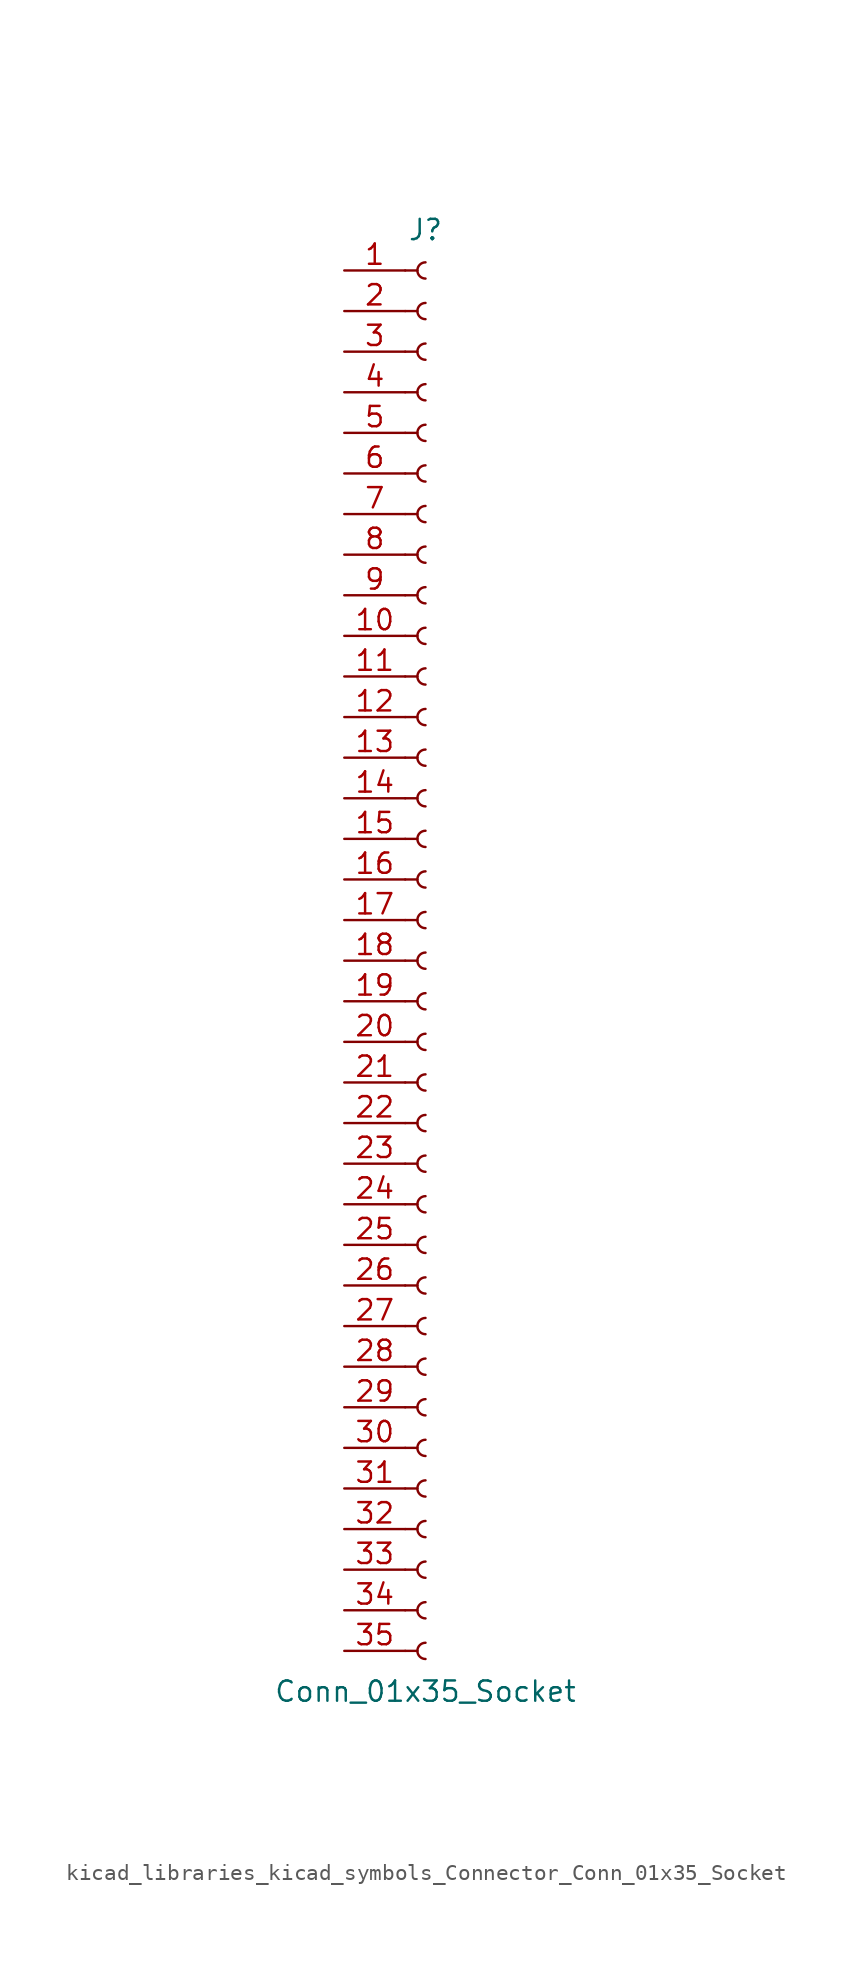
<source format=kicad_sym>
(kicad_symbol_lib
  (version 20220914)
  (generator kicad_symbol_editor)
  (symbol "kicad_libraries_kicad_symbols_Connector_Conn_01x35_Socket"
    (pin_names
      (offset 1.016) hide)
    (property "Reference" "J"
      (at 0 45.72 0)
      (effects (font (size 1.27 1.27))))
    (property "Value" "Conn_01x35_Socket"
      (at 0 -45.72 0)
      (effects (font (size 1.27 1.27))))
    (property "ki_locked" ""
      (at 0 0 0)
      (effects (font (size 1.27 1.27))))
    (symbol "kicad_libraries_kicad_symbols_Connector_Conn_01x35_Socket_1_1"
      (arc (start 0 -42.672) (mid -0.5058 -43.18) (end 0 -43.688) (stroke (width 0.1524) (type default)) (fill (type none)))
      (arc (start 0 -40.132) (mid -0.5058 -40.64) (end 0 -41.148) (stroke (width 0.1524) (type default)) (fill (type none)))
      (arc (start 0 -37.592) (mid -0.5058 -38.1) (end 0 -38.608) (stroke (width 0.1524) (type default)) (fill (type none)))
      (arc (start 0 -35.052) (mid -0.5058 -35.56) (end 0 -36.068) (stroke (width 0.1524) (type default)) (fill (type none)))
      (arc (start 0 -32.512) (mid -0.5058 -33.02) (end 0 -33.528) (stroke (width 0.1524) (type default)) (fill (type none)))
      (arc (start 0 -29.972) (mid -0.5058 -30.48) (end 0 -30.988) (stroke (width 0.1524) (type default)) (fill (type none)))
      (arc (start 0 -27.432) (mid -0.5058 -27.94) (end 0 -28.448) (stroke (width 0.1524) (type default)) (fill (type none)))
      (arc (start 0 -24.892) (mid -0.5058 -25.4) (end 0 -25.908) (stroke (width 0.1524) (type default)) (fill (type none)))
      (arc (start 0 -22.352) (mid -0.5058 -22.86) (end 0 -23.368) (stroke (width 0.1524) (type default)) (fill (type none)))
      (arc (start 0 -19.812) (mid -0.5058 -20.32) (end 0 -20.828) (stroke (width 0.1524) (type default)) (fill (type none)))
      (arc (start 0 -17.272) (mid -0.5058 -17.78) (end 0 -18.288) (stroke (width 0.1524) (type default)) (fill (type none)))
      (arc (start 0 -14.732) (mid -0.5058 -15.24) (end 0 -15.748) (stroke (width 0.1524) (type default)) (fill (type none)))
      (arc (start 0 -12.192) (mid -0.5058 -12.7) (end 0 -13.208) (stroke (width 0.1524) (type default)) (fill (type none)))
      (arc (start 0 -9.652) (mid -0.5058 -10.16) (end 0 -10.668) (stroke (width 0.1524) (type default)) (fill (type none)))
      (arc (start 0 -7.112) (mid -0.5058 -7.62) (end 0 -8.128) (stroke (width 0.1524) (type default)) (fill (type none)))
      (arc (start 0 -4.572) (mid -0.5058 -5.08) (end 0 -5.588) (stroke (width 0.1524) (type default)) (fill (type none)))
      (arc (start 0 -2.032) (mid -0.5058 -2.54) (end 0 -3.048) (stroke (width 0.1524) (type default)) (fill (type none)))
      (polyline (pts (xy -1.27 -43.18) (xy -0.508 -43.18)) (stroke (width 0.152) (type default)) (fill (type none)))
      (polyline (pts (xy -1.27 -40.64) (xy -0.508 -40.64)) (stroke (width 0.152) (type default)) (fill (type none)))
      (polyline (pts (xy -1.27 -38.1) (xy -0.508 -38.1)) (stroke (width 0.152) (type default)) (fill (type none)))
      (polyline (pts (xy -1.27 -35.56) (xy -0.508 -35.56)) (stroke (width 0.152) (type default)) (fill (type none)))
      (polyline (pts (xy -1.27 -33.02) (xy -0.508 -33.02)) (stroke (width 0.152) (type default)) (fill (type none)))
      (polyline (pts (xy -1.27 -30.48) (xy -0.508 -30.48)) (stroke (width 0.152) (type default)) (fill (type none)))
      (polyline (pts (xy -1.27 -27.94) (xy -0.508 -27.94)) (stroke (width 0.152) (type default)) (fill (type none)))
      (polyline (pts (xy -1.27 -25.4) (xy -0.508 -25.4)) (stroke (width 0.152) (type default)) (fill (type none)))
      (polyline (pts (xy -1.27 -22.86) (xy -0.508 -22.86)) (stroke (width 0.152) (type default)) (fill (type none)))
      (polyline (pts (xy -1.27 -20.32) (xy -0.508 -20.32)) (stroke (width 0.152) (type default)) (fill (type none)))
      (polyline (pts (xy -1.27 -17.78) (xy -0.508 -17.78)) (stroke (width 0.152) (type default)) (fill (type none)))
      (polyline (pts (xy -1.27 -15.24) (xy -0.508 -15.24)) (stroke (width 0.152) (type default)) (fill (type none)))
      (polyline (pts (xy -1.27 -12.7) (xy -0.508 -12.7)) (stroke (width 0.152) (type default)) (fill (type none)))
      (polyline (pts (xy -1.27 -10.16) (xy -0.508 -10.16)) (stroke (width 0.152) (type default)) (fill (type none)))
      (polyline (pts (xy -1.27 -7.62) (xy -0.508 -7.62)) (stroke (width 0.152) (type default)) (fill (type none)))
      (polyline (pts (xy -1.27 -5.08) (xy -0.508 -5.08)) (stroke (width 0.152) (type default)) (fill (type none)))
      (polyline (pts (xy -1.27 -2.54) (xy -0.508 -2.54)) (stroke (width 0.152) (type default)) (fill (type none)))
      (polyline (pts (xy -1.27 0) (xy -0.508 0)) (stroke (width 0.152) (type default)) (fill (type none)))
      (polyline (pts (xy -1.27 2.54) (xy -0.508 2.54)) (stroke (width 0.152) (type default)) (fill (type none)))
      (polyline (pts (xy -1.27 5.08) (xy -0.508 5.08)) (stroke (width 0.152) (type default)) (fill (type none)))
      (polyline (pts (xy -1.27 7.62) (xy -0.508 7.62)) (stroke (width 0.152) (type default)) (fill (type none)))
      (polyline (pts (xy -1.27 10.16) (xy -0.508 10.16)) (stroke (width 0.152) (type default)) (fill (type none)))
      (polyline (pts (xy -1.27 12.7) (xy -0.508 12.7)) (stroke (width 0.152) (type default)) (fill (type none)))
      (polyline (pts (xy -1.27 15.24) (xy -0.508 15.24)) (stroke (width 0.152) (type default)) (fill (type none)))
      (polyline (pts (xy -1.27 17.78) (xy -0.508 17.78)) (stroke (width 0.152) (type default)) (fill (type none)))
      (polyline (pts (xy -1.27 20.32) (xy -0.508 20.32)) (stroke (width 0.152) (type default)) (fill (type none)))
      (polyline (pts (xy -1.27 22.86) (xy -0.508 22.86)) (stroke (width 0.152) (type default)) (fill (type none)))
      (polyline (pts (xy -1.27 25.4) (xy -0.508 25.4)) (stroke (width 0.152) (type default)) (fill (type none)))
      (polyline (pts (xy -1.27 27.94) (xy -0.508 27.94)) (stroke (width 0.152) (type default)) (fill (type none)))
      (polyline (pts (xy -1.27 30.48) (xy -0.508 30.48)) (stroke (width 0.152) (type default)) (fill (type none)))
      (polyline (pts (xy -1.27 33.02) (xy -0.508 33.02)) (stroke (width 0.152) (type default)) (fill (type none)))
      (polyline (pts (xy -1.27 35.56) (xy -0.508 35.56)) (stroke (width 0.152) (type default)) (fill (type none)))
      (polyline (pts (xy -1.27 38.1) (xy -0.508 38.1)) (stroke (width 0.152) (type default)) (fill (type none)))
      (polyline (pts (xy -1.27 40.64) (xy -0.508 40.64)) (stroke (width 0.152) (type default)) (fill (type none)))
      (polyline (pts (xy -1.27 43.18) (xy -0.508 43.18)) (stroke (width 0.152) (type default)) (fill (type none)))
      (arc (start 0 0.508) (mid -0.5058 0) (end 0 -0.508) (stroke (width 0.1524) (type default)) (fill (type none)))
      (arc (start 0 3.048) (mid -0.5058 2.54) (end 0 2.032) (stroke (width 0.1524) (type default)) (fill (type none)))
      (arc (start 0 5.588) (mid -0.5058 5.08) (end 0 4.572) (stroke (width 0.1524) (type default)) (fill (type none)))
      (arc (start 0 8.128) (mid -0.5058 7.62) (end 0 7.112) (stroke (width 0.1524) (type default)) (fill (type none)))
      (arc (start 0 10.668) (mid -0.5058 10.16) (end 0 9.652) (stroke (width 0.1524) (type default)) (fill (type none)))
      (arc (start 0 13.208) (mid -0.5058 12.7) (end 0 12.192) (stroke (width 0.1524) (type default)) (fill (type none)))
      (arc (start 0 15.748) (mid -0.5058 15.24) (end 0 14.732) (stroke (width 0.1524) (type default)) (fill (type none)))
      (arc (start 0 18.288) (mid -0.5058 17.78) (end 0 17.272) (stroke (width 0.1524) (type default)) (fill (type none)))
      (arc (start 0 20.828) (mid -0.5058 20.32) (end 0 19.812) (stroke (width 0.1524) (type default)) (fill (type none)))
      (arc (start 0 23.368) (mid -0.5058 22.86) (end 0 22.352) (stroke (width 0.1524) (type default)) (fill (type none)))
      (arc (start 0 25.908) (mid -0.5058 25.4) (end 0 24.892) (stroke (width 0.1524) (type default)) (fill (type none)))
      (arc (start 0 28.448) (mid -0.5058 27.94) (end 0 27.432) (stroke (width 0.1524) (type default)) (fill (type none)))
      (arc (start 0 30.988) (mid -0.5058 30.48) (end 0 29.972) (stroke (width 0.1524) (type default)) (fill (type none)))
      (arc (start 0 33.528) (mid -0.5058 33.02) (end 0 32.512) (stroke (width 0.1524) (type default)) (fill (type none)))
      (arc (start 0 36.068) (mid -0.5058 35.56) (end 0 35.052) (stroke (width 0.1524) (type default)) (fill (type none)))
      (arc (start 0 38.608) (mid -0.5058 38.1) (end 0 37.592) (stroke (width 0.1524) (type default)) (fill (type none)))
      (arc (start 0 41.148) (mid -0.5058 40.64) (end 0 40.132) (stroke (width 0.1524) (type default)) (fill (type none)))
      (arc (start 0 43.688) (mid -0.5058 43.18) (end 0 42.672) (stroke (width 0.1524) (type default)) (fill (type none)))
      (pin passive line (at -5.08 43.18 0) (length 3.81) (name "Pin_1" (effects (font (size 1.27 1.27)))) (number "1" (effects (font (size 1.27 1.27)))))
      (pin passive line (at -5.08 20.32 0) (length 3.81) (name "Pin_10" (effects (font (size 1.27 1.27)))) (number "10" (effects (font (size 1.27 1.27)))))
      (pin passive line (at -5.08 17.78 0) (length 3.81) (name "Pin_11" (effects (font (size 1.27 1.27)))) (number "11" (effects (font (size 1.27 1.27)))))
      (pin passive line (at -5.08 15.24 0) (length 3.81) (name "Pin_12" (effects (font (size 1.27 1.27)))) (number "12" (effects (font (size 1.27 1.27)))))
      (pin passive line (at -5.08 12.7 0) (length 3.81) (name "Pin_13" (effects (font (size 1.27 1.27)))) (number "13" (effects (font (size 1.27 1.27)))))
      (pin passive line (at -5.08 10.16 0) (length 3.81) (name "Pin_14" (effects (font (size 1.27 1.27)))) (number "14" (effects (font (size 1.27 1.27)))))
      (pin passive line (at -5.08 7.62 0) (length 3.81) (name "Pin_15" (effects (font (size 1.27 1.27)))) (number "15" (effects (font (size 1.27 1.27)))))
      (pin passive line (at -5.08 5.08 0) (length 3.81) (name "Pin_16" (effects (font (size 1.27 1.27)))) (number "16" (effects (font (size 1.27 1.27)))))
      (pin passive line (at -5.08 2.54 0) (length 3.81) (name "Pin_17" (effects (font (size 1.27 1.27)))) (number "17" (effects (font (size 1.27 1.27)))))
      (pin passive line (at -5.08 0 0) (length 3.81) (name "Pin_18" (effects (font (size 1.27 1.27)))) (number "18" (effects (font (size 1.27 1.27)))))
      (pin passive line (at -5.08 -2.54 0) (length 3.81) (name "Pin_19" (effects (font (size 1.27 1.27)))) (number "19" (effects (font (size 1.27 1.27)))))
      (pin passive line (at -5.08 40.64 0) (length 3.81) (name "Pin_2" (effects (font (size 1.27 1.27)))) (number "2" (effects (font (size 1.27 1.27)))))
      (pin passive line (at -5.08 -5.08 0) (length 3.81) (name "Pin_20" (effects (font (size 1.27 1.27)))) (number "20" (effects (font (size 1.27 1.27)))))
      (pin passive line (at -5.08 -7.62 0) (length 3.81) (name "Pin_21" (effects (font (size 1.27 1.27)))) (number "21" (effects (font (size 1.27 1.27)))))
      (pin passive line (at -5.08 -10.16 0) (length 3.81) (name "Pin_22" (effects (font (size 1.27 1.27)))) (number "22" (effects (font (size 1.27 1.27)))))
      (pin passive line (at -5.08 -12.7 0) (length 3.81) (name "Pin_23" (effects (font (size 1.27 1.27)))) (number "23" (effects (font (size 1.27 1.27)))))
      (pin passive line (at -5.08 -15.24 0) (length 3.81) (name "Pin_24" (effects (font (size 1.27 1.27)))) (number "24" (effects (font (size 1.27 1.27)))))
      (pin passive line (at -5.08 -17.78 0) (length 3.81) (name "Pin_25" (effects (font (size 1.27 1.27)))) (number "25" (effects (font (size 1.27 1.27)))))
      (pin passive line (at -5.08 -20.32 0) (length 3.81) (name "Pin_26" (effects (font (size 1.27 1.27)))) (number "26" (effects (font (size 1.27 1.27)))))
      (pin passive line (at -5.08 -22.86 0) (length 3.81) (name "Pin_27" (effects (font (size 1.27 1.27)))) (number "27" (effects (font (size 1.27 1.27)))))
      (pin passive line (at -5.08 -25.4 0) (length 3.81) (name "Pin_28" (effects (font (size 1.27 1.27)))) (number "28" (effects (font (size 1.27 1.27)))))
      (pin passive line (at -5.08 -27.94 0) (length 3.81) (name "Pin_29" (effects (font (size 1.27 1.27)))) (number "29" (effects (font (size 1.27 1.27)))))
      (pin passive line (at -5.08 38.1 0) (length 3.81) (name "Pin_3" (effects (font (size 1.27 1.27)))) (number "3" (effects (font (size 1.27 1.27)))))
      (pin passive line (at -5.08 -30.48 0) (length 3.81) (name "Pin_30" (effects (font (size 1.27 1.27)))) (number "30" (effects (font (size 1.27 1.27)))))
      (pin passive line (at -5.08 -33.02 0) (length 3.81) (name "Pin_31" (effects (font (size 1.27 1.27)))) (number "31" (effects (font (size 1.27 1.27)))))
      (pin passive line (at -5.08 -35.56 0) (length 3.81) (name "Pin_32" (effects (font (size 1.27 1.27)))) (number "32" (effects (font (size 1.27 1.27)))))
      (pin passive line (at -5.08 -38.1 0) (length 3.81) (name "Pin_33" (effects (font (size 1.27 1.27)))) (number "33" (effects (font (size 1.27 1.27)))))
      (pin passive line (at -5.08 -40.64 0) (length 3.81) (name "Pin_34" (effects (font (size 1.27 1.27)))) (number "34" (effects (font (size 1.27 1.27)))))
      (pin passive line (at -5.08 -43.18 0) (length 3.81) (name "Pin_35" (effects (font (size 1.27 1.27)))) (number "35" (effects (font (size 1.27 1.27)))))
      (pin passive line (at -5.08 35.56 0) (length 3.81) (name "Pin_4" (effects (font (size 1.27 1.27)))) (number "4" (effects (font (size 1.27 1.27)))))
      (pin passive line (at -5.08 33.02 0) (length 3.81) (name "Pin_5" (effects (font (size 1.27 1.27)))) (number "5" (effects (font (size 1.27 1.27)))))
      (pin passive line (at -5.08 30.48 0) (length 3.81) (name "Pin_6" (effects (font (size 1.27 1.27)))) (number "6" (effects (font (size 1.27 1.27)))))
      (pin passive line (at -5.08 27.94 0) (length 3.81) (name "Pin_7" (effects (font (size 1.27 1.27)))) (number "7" (effects (font (size 1.27 1.27)))))
      (pin passive line (at -5.08 25.4 0) (length 3.81) (name "Pin_8" (effects (font (size 1.27 1.27)))) (number "8" (effects (font (size 1.27 1.27)))))
      (pin passive line (at -5.08 22.86 0) (length 3.81) (name "Pin_9" (effects (font (size 1.27 1.27)))) (number "9" (effects (font (size 1.27 1.27))))))))
</source>
